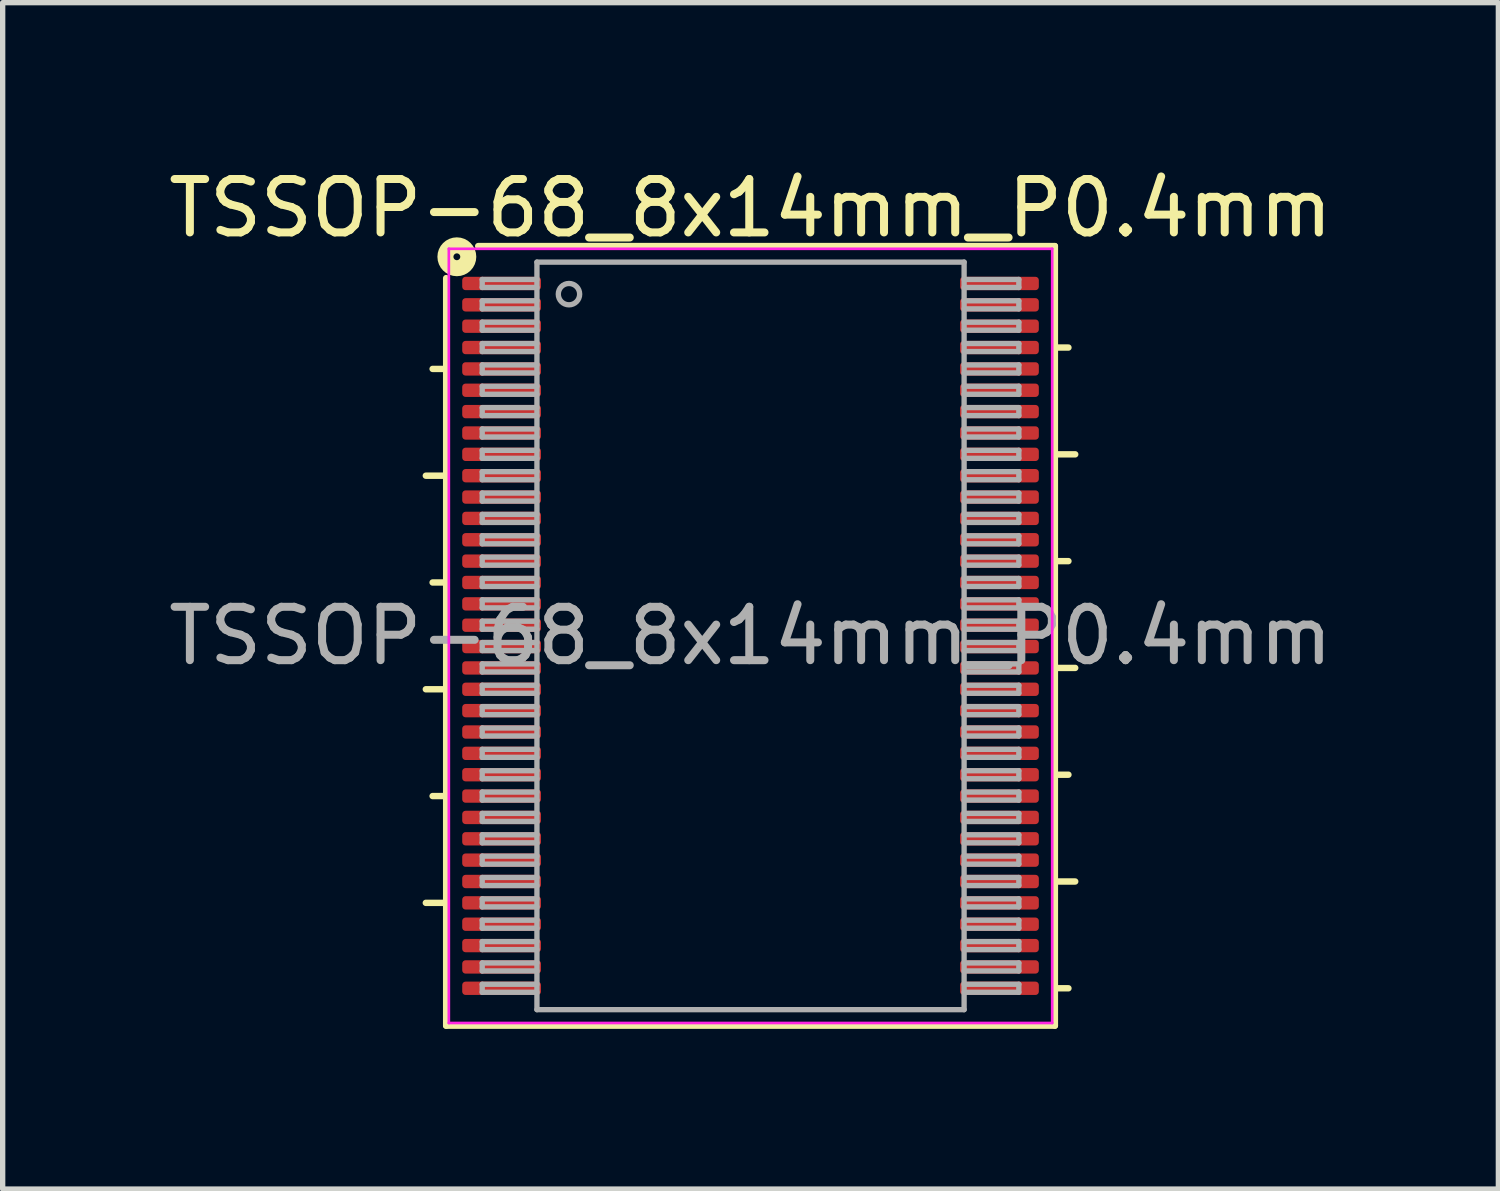
<source format=kicad_pcb>
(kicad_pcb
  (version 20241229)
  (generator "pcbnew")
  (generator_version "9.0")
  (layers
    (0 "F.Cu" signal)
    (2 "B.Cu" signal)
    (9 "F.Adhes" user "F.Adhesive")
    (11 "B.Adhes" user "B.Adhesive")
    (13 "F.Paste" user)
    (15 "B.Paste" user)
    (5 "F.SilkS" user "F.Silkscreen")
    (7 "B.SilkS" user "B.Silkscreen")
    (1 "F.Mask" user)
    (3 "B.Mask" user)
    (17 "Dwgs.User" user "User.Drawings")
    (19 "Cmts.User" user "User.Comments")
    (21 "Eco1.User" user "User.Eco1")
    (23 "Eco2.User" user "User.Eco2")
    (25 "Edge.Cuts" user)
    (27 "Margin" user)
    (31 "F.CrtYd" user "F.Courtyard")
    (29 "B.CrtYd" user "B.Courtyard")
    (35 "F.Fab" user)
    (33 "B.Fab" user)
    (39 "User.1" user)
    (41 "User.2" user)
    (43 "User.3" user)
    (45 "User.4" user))
  (footprint "TSSOP-68_8x14mm_P0.4mm"
    (layer "F.Cu")
    (at 11.006 8.859)
    (property "Reference" "TSSOP-68_8x14mm_P0.4mm" (at 0 -8.011 0) (layer "F.SilkS") (effects (font (size 1 1) (thickness 0.15))))
    (attr smd)
    (fp_line (start -6.081 -3) (end -5.7 -3) (stroke (width 0.12) (type solid)) (layer "F.SilkS"))
    (fp_line (start -6.081 1) (end -5.7 1) (stroke (width 0.12) (type solid)) (layer "F.SilkS"))
    (fp_line (start -5.954 -5) (end -5.7 -5) (stroke (width 0.12) (type solid)) (layer "F.SilkS"))
    (fp_line (start -5.954 -1) (end -5.7 -1) (stroke (width 0.12) (type solid)) (layer "F.SilkS"))
    (fp_line (start -5.7 -6.7) (end -5.7 7.3) (stroke (width 0.12) (type solid)) (layer "F.SilkS"))
    (fp_line (start -5.7 3) (end -5.954 3) (stroke (width 0.12) (type solid)) (layer "F.SilkS"))
    (fp_line (start -5.7 5) (end -6.081 5) (stroke (width 0.12) (type solid)) (layer "F.SilkS"))
    (fp_line (start -5.7 7.3) (end 5.7 7.3) (stroke (width 0.12) (type solid)) (layer "F.SilkS"))
    (fp_line (start 5.7 -7.3) (end -5.1 -7.3) (stroke (width 0.12) (type solid)) (layer "F.SilkS"))
    (fp_line (start 5.7 7.3) (end 5.7 -7.3) (stroke (width 0.12) (type solid)) (layer "F.SilkS"))
    (fp_line (start 5.954 -5.4) (end 5.7 -5.4) (stroke (width 0.12) (type solid)) (layer "F.SilkS"))
    (fp_line (start 5.954 -1.4) (end 5.7 -1.4) (stroke (width 0.12) (type solid)) (layer "F.SilkS"))
    (fp_line (start 5.954 2.6) (end 5.7 2.6) (stroke (width 0.12) (type solid)) (layer "F.SilkS"))
    (fp_line (start 5.954 6.6) (end 5.7 6.6) (stroke (width 0.12) (type solid)) (layer "F.SilkS"))
    (fp_line (start 6.081 -3.4) (end 5.7 -3.4) (stroke (width 0.12) (type solid)) (layer "F.SilkS"))
    (fp_line (start 6.081 0.6) (end 5.7 0.6) (stroke (width 0.12) (type solid)) (layer "F.SilkS"))
    (fp_line (start 6.081 4.6) (end 5.7 4.6) (stroke (width 0.12) (type solid)) (layer "F.SilkS"))
    (fp_circle (center -5.5 -7.1) (end -5.436 -7.1) (stroke (width 0.3) (type solid)) (fill no) (layer "F.SilkS"))
    (fp_line (start -5.65 -7.25) (end -5.65 7.25) (stroke (width 0.05) (type solid)) (layer "F.CrtYd"))
    (fp_line (start -5.65 7.25) (end 5.65 7.25) (stroke (width 0.05) (type solid)) (layer "F.CrtYd"))
    (fp_line (start 5.65 -7.25) (end -5.65 -7.25) (stroke (width 0.05) (type solid)) (layer "F.CrtYd"))
    (fp_line (start 5.65 7.25) (end 5.65 -7.25) (stroke (width 0.05) (type solid)) (layer "F.CrtYd"))
    (fp_line (start -5.025 -6.675) (end -5.025 -6.525) (stroke (width 0.1) (type solid)) (layer "F.Fab"))
    (fp_line (start -5.025 -6.675) (end -4 -6.675) (stroke (width 0.1) (type solid)) (layer "F.Fab"))
    (fp_line (start -5.025 -6.525) (end -4 -6.525) (stroke (width 0.1) (type solid)) (layer "F.Fab"))
    (fp_line (start -5.025 -6.275) (end -5.025 -6.125) (stroke (width 0.1) (type solid)) (layer "F.Fab"))
    (fp_line (start -5.025 -6.275) (end -4 -6.275) (stroke (width 0.1) (type solid)) (layer "F.Fab"))
    (fp_line (start -5.025 -6.125) (end -4 -6.125) (stroke (width 0.1) (type solid)) (layer "F.Fab"))
    (fp_line (start -5.025 -5.875) (end -5.025 -5.725) (stroke (width 0.1) (type solid)) (layer "F.Fab"))
    (fp_line (start -5.025 -5.875) (end -4 -5.875) (stroke (width 0.1) (type solid)) (layer "F.Fab"))
    (fp_line (start -5.025 -5.725) (end -4 -5.725) (stroke (width 0.1) (type solid)) (layer "F.Fab"))
    (fp_line (start -5.025 -5.475) (end -5.025 -5.325) (stroke (width 0.1) (type solid)) (layer "F.Fab"))
    (fp_line (start -5.025 -5.475) (end -4 -5.475) (stroke (width 0.1) (type solid)) (layer "F.Fab"))
    (fp_line (start -5.025 -5.325) (end -4 -5.325) (stroke (width 0.1) (type solid)) (layer "F.Fab"))
    (fp_line (start -5.025 -5.075) (end -5.025 -4.925) (stroke (width 0.1) (type solid)) (layer "F.Fab"))
    (fp_line (start -5.025 -5.075) (end -4 -5.075) (stroke (width 0.1) (type solid)) (layer "F.Fab"))
    (fp_line (start -5.025 -4.925) (end -4 -4.925) (stroke (width 0.1) (type solid)) (layer "F.Fab"))
    (fp_line (start -5.025 -4.675) (end -5.025 -4.525) (stroke (width 0.1) (type solid)) (layer "F.Fab"))
    (fp_line (start -5.025 -4.675) (end -4 -4.675) (stroke (width 0.1) (type solid)) (layer "F.Fab"))
    (fp_line (start -5.025 -4.525) (end -4 -4.525) (stroke (width 0.1) (type solid)) (layer "F.Fab"))
    (fp_line (start -5.025 -4.275) (end -5.025 -4.125) (stroke (width 0.1) (type solid)) (layer "F.Fab"))
    (fp_line (start -5.025 -4.275) (end -4 -4.275) (stroke (width 0.1) (type solid)) (layer "F.Fab"))
    (fp_line (start -5.025 -4.125) (end -4 -4.125) (stroke (width 0.1) (type solid)) (layer "F.Fab"))
    (fp_line (start -5.025 -3.875) (end -5.025 -3.725) (stroke (width 0.1) (type solid)) (layer "F.Fab"))
    (fp_line (start -5.025 -3.875) (end -4 -3.875) (stroke (width 0.1) (type solid)) (layer "F.Fab"))
    (fp_line (start -5.025 -3.725) (end -4 -3.725) (stroke (width 0.1) (type solid)) (layer "F.Fab"))
    (fp_line (start -5.025 -3.475) (end -5.025 -3.325) (stroke (width 0.1) (type solid)) (layer "F.Fab"))
    (fp_line (start -5.025 -3.475) (end -4 -3.475) (stroke (width 0.1) (type solid)) (layer "F.Fab"))
    (fp_line (start -5.025 -3.325) (end -4 -3.325) (stroke (width 0.1) (type solid)) (layer "F.Fab"))
    (fp_line (start -5.025 -3.075) (end -5.025 -2.925) (stroke (width 0.1) (type solid)) (layer "F.Fab"))
    (fp_line (start -5.025 -3.075) (end -4 -3.075) (stroke (width 0.1) (type solid)) (layer "F.Fab"))
    (fp_line (start -5.025 -2.925) (end -4 -2.925) (stroke (width 0.1) (type solid)) (layer "F.Fab"))
    (fp_line (start -5.025 -2.675) (end -5.025 -2.525) (stroke (width 0.1) (type solid)) (layer "F.Fab"))
    (fp_line (start -5.025 -2.675) (end -4 -2.675) (stroke (width 0.1) (type solid)) (layer "F.Fab"))
    (fp_line (start -5.025 -2.525) (end -4 -2.525) (stroke (width 0.1) (type solid)) (layer "F.Fab"))
    (fp_line (start -5.025 -2.275) (end -5.025 -2.125) (stroke (width 0.1) (type solid)) (layer "F.Fab"))
    (fp_line (start -5.025 -2.275) (end -4 -2.275) (stroke (width 0.1) (type solid)) (layer "F.Fab"))
    (fp_line (start -5.025 -2.125) (end -4 -2.125) (stroke (width 0.1) (type solid)) (layer "F.Fab"))
    (fp_line (start -5.025 -1.875) (end -5.025 -1.725) (stroke (width 0.1) (type solid)) (layer "F.Fab"))
    (fp_line (start -5.025 -1.875) (end -4 -1.875) (stroke (width 0.1) (type solid)) (layer "F.Fab"))
    (fp_line (start -5.025 -1.725) (end -4 -1.725) (stroke (width 0.1) (type solid)) (layer "F.Fab"))
    (fp_line (start -5.025 -1.475) (end -5.025 -1.325) (stroke (width 0.1) (type solid)) (layer "F.Fab"))
    (fp_line (start -5.025 -1.475) (end -4 -1.475) (stroke (width 0.1) (type solid)) (layer "F.Fab"))
    (fp_line (start -5.025 -1.325) (end -4 -1.325) (stroke (width 0.1) (type solid)) (layer "F.Fab"))
    (fp_line (start -5.025 -1.075) (end -5.025 -0.925) (stroke (width 0.1) (type solid)) (layer "F.Fab"))
    (fp_line (start -5.025 -1.075) (end -4 -1.075) (stroke (width 0.1) (type solid)) (layer "F.Fab"))
    (fp_line (start -5.025 -0.925) (end -4 -0.925) (stroke (width 0.1) (type solid)) (layer "F.Fab"))
    (fp_line (start -5.025 -0.675) (end -5.025 -0.525) (stroke (width 0.1) (type solid)) (layer "F.Fab"))
    (fp_line (start -5.025 -0.675) (end -4 -0.675) (stroke (width 0.1) (type solid)) (layer "F.Fab"))
    (fp_line (start -5.025 -0.525) (end -4 -0.525) (stroke (width 0.1) (type solid)) (layer "F.Fab"))
    (fp_line (start -5.025 -0.275) (end -5.025 -0.125) (stroke (width 0.1) (type solid)) (layer "F.Fab"))
    (fp_line (start -5.025 -0.275) (end -4 -0.275) (stroke (width 0.1) (type solid)) (layer "F.Fab"))
    (fp_line (start -5.025 -0.125) (end -4 -0.125) (stroke (width 0.1) (type solid)) (layer "F.Fab"))
    (fp_line (start -5.025 0.125) (end -5.025 0.275) (stroke (width 0.1) (type solid)) (layer "F.Fab"))
    (fp_line (start -5.025 0.125) (end -4 0.125) (stroke (width 0.1) (type solid)) (layer "F.Fab"))
    (fp_line (start -5.025 0.275) (end -4 0.275) (stroke (width 0.1) (type solid)) (layer "F.Fab"))
    (fp_line (start -5.025 0.525) (end -5.025 0.675) (stroke (width 0.1) (type solid)) (layer "F.Fab"))
    (fp_line (start -5.025 0.525) (end -4 0.525) (stroke (width 0.1) (type solid)) (layer "F.Fab"))
    (fp_line (start -5.025 0.675) (end -4 0.675) (stroke (width 0.1) (type solid)) (layer "F.Fab"))
    (fp_line (start -5.025 0.925) (end -5.025 1.075) (stroke (width 0.1) (type solid)) (layer "F.Fab"))
    (fp_line (start -5.025 0.925) (end -4 0.925) (stroke (width 0.1) (type solid)) (layer "F.Fab"))
    (fp_line (start -5.025 1.075) (end -4 1.075) (stroke (width 0.1) (type solid)) (layer "F.Fab"))
    (fp_line (start -5.025 1.325) (end -5.025 1.475) (stroke (width 0.1) (type solid)) (layer "F.Fab"))
    (fp_line (start -5.025 1.325) (end -4 1.325) (stroke (width 0.1) (type solid)) (layer "F.Fab"))
    (fp_line (start -5.025 1.475) (end -4 1.475) (stroke (width 0.1) (type solid)) (layer "F.Fab"))
    (fp_line (start -5.025 1.725) (end -5.025 1.875) (stroke (width 0.1) (type solid)) (layer "F.Fab"))
    (fp_line (start -5.025 1.725) (end -4 1.725) (stroke (width 0.1) (type solid)) (layer "F.Fab"))
    (fp_line (start -5.025 1.875) (end -4 1.875) (stroke (width 0.1) (type solid)) (layer "F.Fab"))
    (fp_line (start -5.025 2.125) (end -5.025 2.275) (stroke (width 0.1) (type solid)) (layer "F.Fab"))
    (fp_line (start -5.025 2.125) (end -4 2.125) (stroke (width 0.1) (type solid)) (layer "F.Fab"))
    (fp_line (start -5.025 2.275) (end -4 2.275) (stroke (width 0.1) (type solid)) (layer "F.Fab"))
    (fp_line (start -5.025 2.525) (end -5.025 2.675) (stroke (width 0.1) (type solid)) (layer "F.Fab"))
    (fp_line (start -5.025 2.525) (end -4 2.525) (stroke (width 0.1) (type solid)) (layer "F.Fab"))
    (fp_line (start -5.025 2.675) (end -4 2.675) (stroke (width 0.1) (type solid)) (layer "F.Fab"))
    (fp_line (start -5.025 2.925) (end -5.025 3.075) (stroke (width 0.1) (type solid)) (layer "F.Fab"))
    (fp_line (start -5.025 2.925) (end -4 2.925) (stroke (width 0.1) (type solid)) (layer "F.Fab"))
    (fp_line (start -5.025 3.075) (end -4 3.075) (stroke (width 0.1) (type solid)) (layer "F.Fab"))
    (fp_line (start -5.025 3.325) (end -5.025 3.475) (stroke (width 0.1) (type solid)) (layer "F.Fab"))
    (fp_line (start -5.025 3.325) (end -4 3.325) (stroke (width 0.1) (type solid)) (layer "F.Fab"))
    (fp_line (start -5.025 3.475) (end -4 3.475) (stroke (width 0.1) (type solid)) (layer "F.Fab"))
    (fp_line (start -5.025 3.725) (end -5.025 3.875) (stroke (width 0.1) (type solid)) (layer "F.Fab"))
    (fp_line (start -5.025 3.725) (end -4 3.725) (stroke (width 0.1) (type solid)) (layer "F.Fab"))
    (fp_line (start -5.025 3.875) (end -4 3.875) (stroke (width 0.1) (type solid)) (layer "F.Fab"))
    (fp_line (start -5.025 4.125) (end -5.025 4.275) (stroke (width 0.1) (type solid)) (layer "F.Fab"))
    (fp_line (start -5.025 4.125) (end -4 4.125) (stroke (width 0.1) (type solid)) (layer "F.Fab"))
    (fp_line (start -5.025 4.275) (end -4 4.275) (stroke (width 0.1) (type solid)) (layer "F.Fab"))
    (fp_line (start -5.025 4.525) (end -5.025 4.675) (stroke (width 0.1) (type solid)) (layer "F.Fab"))
    (fp_line (start -5.025 4.525) (end -4 4.525) (stroke (width 0.1) (type solid)) (layer "F.Fab"))
    (fp_line (start -5.025 4.675) (end -4 4.675) (stroke (width 0.1) (type solid)) (layer "F.Fab"))
    (fp_line (start -5.025 4.925) (end -5.025 5.075) (stroke (width 0.1) (type solid)) (layer "F.Fab"))
    (fp_line (start -5.025 4.925) (end -4 4.925) (stroke (width 0.1) (type solid)) (layer "F.Fab"))
    (fp_line (start -5.025 5.075) (end -4 5.075) (stroke (width 0.1) (type solid)) (layer "F.Fab"))
    (fp_line (start -5.025 5.325) (end -5.025 5.475) (stroke (width 0.1) (type solid)) (layer "F.Fab"))
    (fp_line (start -5.025 5.325) (end -4 5.325) (stroke (width 0.1) (type solid)) (layer "F.Fab"))
    (fp_line (start -5.025 5.475) (end -4 5.475) (stroke (width 0.1) (type solid)) (layer "F.Fab"))
    (fp_line (start -5.025 5.725) (end -5.025 5.875) (stroke (width 0.1) (type solid)) (layer "F.Fab"))
    (fp_line (start -5.025 5.725) (end -4 5.725) (stroke (width 0.1) (type solid)) (layer "F.Fab"))
    (fp_line (start -5.025 5.875) (end -4 5.875) (stroke (width 0.1) (type solid)) (layer "F.Fab"))
    (fp_line (start -5.025 6.125) (end -5.025 6.275) (stroke (width 0.1) (type solid)) (layer "F.Fab"))
    (fp_line (start -5.025 6.125) (end -4 6.125) (stroke (width 0.1) (type solid)) (layer "F.Fab"))
    (fp_line (start -5.025 6.275) (end -4 6.275) (stroke (width 0.1) (type solid)) (layer "F.Fab"))
    (fp_line (start -5.025 6.525) (end -5.025 6.675) (stroke (width 0.1) (type solid)) (layer "F.Fab"))
    (fp_line (start -5.025 6.525) (end -4 6.525) (stroke (width 0.1) (type solid)) (layer "F.Fab"))
    (fp_line (start -5.025 6.675) (end -4 6.675) (stroke (width 0.1) (type solid)) (layer "F.Fab"))
    (fp_line (start -4 -7) (end 4 -7) (stroke (width 0.1) (type solid)) (layer "F.Fab"))
    (fp_line (start -4 7) (end -4 -7) (stroke (width 0.1) (type solid)) (layer "F.Fab"))
    (fp_line (start 4 -7) (end 4 7) (stroke (width 0.1) (type solid)) (layer "F.Fab"))
    (fp_line (start 4 7) (end -4 7) (stroke (width 0.1) (type solid)) (layer "F.Fab"))
    (fp_line (start 5.025 -6.675) (end 4 -6.675) (stroke (width 0.1) (type solid)) (layer "F.Fab"))
    (fp_line (start 5.025 -6.525) (end 4 -6.525) (stroke (width 0.1) (type solid)) (layer "F.Fab"))
    (fp_line (start 5.025 -6.525) (end 5.025 -6.675) (stroke (width 0.1) (type solid)) (layer "F.Fab"))
    (fp_line (start 5.025 -6.275) (end 4 -6.275) (stroke (width 0.1) (type solid)) (layer "F.Fab"))
    (fp_line (start 5.025 -6.125) (end 4 -6.125) (stroke (width 0.1) (type solid)) (layer "F.Fab"))
    (fp_line (start 5.025 -6.125) (end 5.025 -6.275) (stroke (width 0.1) (type solid)) (layer "F.Fab"))
    (fp_line (start 5.025 -5.875) (end 4 -5.875) (stroke (width 0.1) (type solid)) (layer "F.Fab"))
    (fp_line (start 5.025 -5.725) (end 4 -5.725) (stroke (width 0.1) (type solid)) (layer "F.Fab"))
    (fp_line (start 5.025 -5.725) (end 5.025 -5.875) (stroke (width 0.1) (type solid)) (layer "F.Fab"))
    (fp_line (start 5.025 -5.475) (end 4 -5.475) (stroke (width 0.1) (type solid)) (layer "F.Fab"))
    (fp_line (start 5.025 -5.325) (end 4 -5.325) (stroke (width 0.1) (type solid)) (layer "F.Fab"))
    (fp_line (start 5.025 -5.325) (end 5.025 -5.475) (stroke (width 0.1) (type solid)) (layer "F.Fab"))
    (fp_line (start 5.025 -5.075) (end 4 -5.075) (stroke (width 0.1) (type solid)) (layer "F.Fab"))
    (fp_line (start 5.025 -4.925) (end 4 -4.925) (stroke (width 0.1) (type solid)) (layer "F.Fab"))
    (fp_line (start 5.025 -4.925) (end 5.025 -5.075) (stroke (width 0.1) (type solid)) (layer "F.Fab"))
    (fp_line (start 5.025 -4.675) (end 4 -4.675) (stroke (width 0.1) (type solid)) (layer "F.Fab"))
    (fp_line (start 5.025 -4.525) (end 4 -4.525) (stroke (width 0.1) (type solid)) (layer "F.Fab"))
    (fp_line (start 5.025 -4.525) (end 5.025 -4.675) (stroke (width 0.1) (type solid)) (layer "F.Fab"))
    (fp_line (start 5.025 -4.275) (end 4 -4.275) (stroke (width 0.1) (type solid)) (layer "F.Fab"))
    (fp_line (start 5.025 -4.125) (end 4 -4.125) (stroke (width 0.1) (type solid)) (layer "F.Fab"))
    (fp_line (start 5.025 -4.125) (end 5.025 -4.275) (stroke (width 0.1) (type solid)) (layer "F.Fab"))
    (fp_line (start 5.025 -3.875) (end 4 -3.875) (stroke (width 0.1) (type solid)) (layer "F.Fab"))
    (fp_line (start 5.025 -3.725) (end 4 -3.725) (stroke (width 0.1) (type solid)) (layer "F.Fab"))
    (fp_line (start 5.025 -3.725) (end 5.025 -3.875) (stroke (width 0.1) (type solid)) (layer "F.Fab"))
    (fp_line (start 5.025 -3.475) (end 4 -3.475) (stroke (width 0.1) (type solid)) (layer "F.Fab"))
    (fp_line (start 5.025 -3.325) (end 4 -3.325) (stroke (width 0.1) (type solid)) (layer "F.Fab"))
    (fp_line (start 5.025 -3.325) (end 5.025 -3.475) (stroke (width 0.1) (type solid)) (layer "F.Fab"))
    (fp_line (start 5.025 -3.075) (end 4 -3.075) (stroke (width 0.1) (type solid)) (layer "F.Fab"))
    (fp_line (start 5.025 -2.925) (end 4 -2.925) (stroke (width 0.1) (type solid)) (layer "F.Fab"))
    (fp_line (start 5.025 -2.925) (end 5.025 -3.075) (stroke (width 0.1) (type solid)) (layer "F.Fab"))
    (fp_line (start 5.025 -2.675) (end 4 -2.675) (stroke (width 0.1) (type solid)) (layer "F.Fab"))
    (fp_line (start 5.025 -2.525) (end 4 -2.525) (stroke (width 0.1) (type solid)) (layer "F.Fab"))
    (fp_line (start 5.025 -2.525) (end 5.025 -2.675) (stroke (width 0.1) (type solid)) (layer "F.Fab"))
    (fp_line (start 5.025 -2.275) (end 4 -2.275) (stroke (width 0.1) (type solid)) (layer "F.Fab"))
    (fp_line (start 5.025 -2.125) (end 4 -2.125) (stroke (width 0.1) (type solid)) (layer "F.Fab"))
    (fp_line (start 5.025 -2.125) (end 5.025 -2.275) (stroke (width 0.1) (type solid)) (layer "F.Fab"))
    (fp_line (start 5.025 -1.875) (end 4 -1.875) (stroke (width 0.1) (type solid)) (layer "F.Fab"))
    (fp_line (start 5.025 -1.725) (end 4 -1.725) (stroke (width 0.1) (type solid)) (layer "F.Fab"))
    (fp_line (start 5.025 -1.725) (end 5.025 -1.875) (stroke (width 0.1) (type solid)) (layer "F.Fab"))
    (fp_line (start 5.025 -1.475) (end 4 -1.475) (stroke (width 0.1) (type solid)) (layer "F.Fab"))
    (fp_line (start 5.025 -1.325) (end 4 -1.325) (stroke (width 0.1) (type solid)) (layer "F.Fab"))
    (fp_line (start 5.025 -1.325) (end 5.025 -1.475) (stroke (width 0.1) (type solid)) (layer "F.Fab"))
    (fp_line (start 5.025 -1.075) (end 4 -1.075) (stroke (width 0.1) (type solid)) (layer "F.Fab"))
    (fp_line (start 5.025 -0.925) (end 4 -0.925) (stroke (width 0.1) (type solid)) (layer "F.Fab"))
    (fp_line (start 5.025 -0.925) (end 5.025 -1.075) (stroke (width 0.1) (type solid)) (layer "F.Fab"))
    (fp_line (start 5.025 -0.675) (end 4 -0.675) (stroke (width 0.1) (type solid)) (layer "F.Fab"))
    (fp_line (start 5.025 -0.525) (end 4 -0.525) (stroke (width 0.1) (type solid)) (layer "F.Fab"))
    (fp_line (start 5.025 -0.525) (end 5.025 -0.675) (stroke (width 0.1) (type solid)) (layer "F.Fab"))
    (fp_line (start 5.025 -0.275) (end 4 -0.275) (stroke (width 0.1) (type solid)) (layer "F.Fab"))
    (fp_line (start 5.025 -0.125) (end 4 -0.125) (stroke (width 0.1) (type solid)) (layer "F.Fab"))
    (fp_line (start 5.025 -0.125) (end 5.025 -0.275) (stroke (width 0.1) (type solid)) (layer "F.Fab"))
    (fp_line (start 5.025 0.125) (end 4 0.125) (stroke (width 0.1) (type solid)) (layer "F.Fab"))
    (fp_line (start 5.025 0.275) (end 4 0.275) (stroke (width 0.1) (type solid)) (layer "F.Fab"))
    (fp_line (start 5.025 0.275) (end 5.025 0.125) (stroke (width 0.1) (type solid)) (layer "F.Fab"))
    (fp_line (start 5.025 0.525) (end 4 0.525) (stroke (width 0.1) (type solid)) (layer "F.Fab"))
    (fp_line (start 5.025 0.675) (end 4 0.675) (stroke (width 0.1) (type solid)) (layer "F.Fab"))
    (fp_line (start 5.025 0.675) (end 5.025 0.525) (stroke (width 0.1) (type solid)) (layer "F.Fab"))
    (fp_line (start 5.025 0.925) (end 4 0.925) (stroke (width 0.1) (type solid)) (layer "F.Fab"))
    (fp_line (start 5.025 1.075) (end 4 1.075) (stroke (width 0.1) (type solid)) (layer "F.Fab"))
    (fp_line (start 5.025 1.075) (end 5.025 0.925) (stroke (width 0.1) (type solid)) (layer "F.Fab"))
    (fp_line (start 5.025 1.325) (end 4 1.325) (stroke (width 0.1) (type solid)) (layer "F.Fab"))
    (fp_line (start 5.025 1.475) (end 4 1.475) (stroke (width 0.1) (type solid)) (layer "F.Fab"))
    (fp_line (start 5.025 1.475) (end 5.025 1.325) (stroke (width 0.1) (type solid)) (layer "F.Fab"))
    (fp_line (start 5.025 1.725) (end 4 1.725) (stroke (width 0.1) (type solid)) (layer "F.Fab"))
    (fp_line (start 5.025 1.875) (end 4 1.875) (stroke (width 0.1) (type solid)) (layer "F.Fab"))
    (fp_line (start 5.025 1.875) (end 5.025 1.725) (stroke (width 0.1) (type solid)) (layer "F.Fab"))
    (fp_line (start 5.025 2.125) (end 4 2.125) (stroke (width 0.1) (type solid)) (layer "F.Fab"))
    (fp_line (start 5.025 2.275) (end 4 2.275) (stroke (width 0.1) (type solid)) (layer "F.Fab"))
    (fp_line (start 5.025 2.275) (end 5.025 2.125) (stroke (width 0.1) (type solid)) (layer "F.Fab"))
    (fp_line (start 5.025 2.525) (end 4 2.525) (stroke (width 0.1) (type solid)) (layer "F.Fab"))
    (fp_line (start 5.025 2.675) (end 4 2.675) (stroke (width 0.1) (type solid)) (layer "F.Fab"))
    (fp_line (start 5.025 2.675) (end 5.025 2.525) (stroke (width 0.1) (type solid)) (layer "F.Fab"))
    (fp_line (start 5.025 2.925) (end 4 2.925) (stroke (width 0.1) (type solid)) (layer "F.Fab"))
    (fp_line (start 5.025 3.075) (end 4 3.075) (stroke (width 0.1) (type solid)) (layer "F.Fab"))
    (fp_line (start 5.025 3.075) (end 5.025 2.925) (stroke (width 0.1) (type solid)) (layer "F.Fab"))
    (fp_line (start 5.025 3.325) (end 4 3.325) (stroke (width 0.1) (type solid)) (layer "F.Fab"))
    (fp_line (start 5.025 3.475) (end 4 3.475) (stroke (width 0.1) (type solid)) (layer "F.Fab"))
    (fp_line (start 5.025 3.475) (end 5.025 3.325) (stroke (width 0.1) (type solid)) (layer "F.Fab"))
    (fp_line (start 5.025 3.725) (end 4 3.725) (stroke (width 0.1) (type solid)) (layer "F.Fab"))
    (fp_line (start 5.025 3.875) (end 4 3.875) (stroke (width 0.1) (type solid)) (layer "F.Fab"))
    (fp_line (start 5.025 3.875) (end 5.025 3.725) (stroke (width 0.1) (type solid)) (layer "F.Fab"))
    (fp_line (start 5.025 4.125) (end 4 4.125) (stroke (width 0.1) (type solid)) (layer "F.Fab"))
    (fp_line (start 5.025 4.275) (end 4 4.275) (stroke (width 0.1) (type solid)) (layer "F.Fab"))
    (fp_line (start 5.025 4.275) (end 5.025 4.125) (stroke (width 0.1) (type solid)) (layer "F.Fab"))
    (fp_line (start 5.025 4.525) (end 4 4.525) (stroke (width 0.1) (type solid)) (layer "F.Fab"))
    (fp_line (start 5.025 4.675) (end 4 4.675) (stroke (width 0.1) (type solid)) (layer "F.Fab"))
    (fp_line (start 5.025 4.675) (end 5.025 4.525) (stroke (width 0.1) (type solid)) (layer "F.Fab"))
    (fp_line (start 5.025 4.925) (end 4 4.925) (stroke (width 0.1) (type solid)) (layer "F.Fab"))
    (fp_line (start 5.025 5.075) (end 4 5.075) (stroke (width 0.1) (type solid)) (layer "F.Fab"))
    (fp_line (start 5.025 5.075) (end 5.025 4.925) (stroke (width 0.1) (type solid)) (layer "F.Fab"))
    (fp_line (start 5.025 5.325) (end 4 5.325) (stroke (width 0.1) (type solid)) (layer "F.Fab"))
    (fp_line (start 5.025 5.475) (end 4 5.475) (stroke (width 0.1) (type solid)) (layer "F.Fab"))
    (fp_line (start 5.025 5.475) (end 5.025 5.325) (stroke (width 0.1) (type solid)) (layer "F.Fab"))
    (fp_line (start 5.025 5.725) (end 4 5.725) (stroke (width 0.1) (type solid)) (layer "F.Fab"))
    (fp_line (start 5.025 5.875) (end 4 5.875) (stroke (width 0.1) (type solid)) (layer "F.Fab"))
    (fp_line (start 5.025 5.875) (end 5.025 5.725) (stroke (width 0.1) (type solid)) (layer "F.Fab"))
    (fp_line (start 5.025 6.125) (end 4 6.125) (stroke (width 0.1) (type solid)) (layer "F.Fab"))
    (fp_line (start 5.025 6.275) (end 4 6.275) (stroke (width 0.1) (type solid)) (layer "F.Fab"))
    (fp_line (start 5.025 6.275) (end 5.025 6.125) (stroke (width 0.1) (type solid)) (layer "F.Fab"))
    (fp_line (start 5.025 6.525) (end 4 6.525) (stroke (width 0.1) (type solid)) (layer "F.Fab"))
    (fp_line (start 5.025 6.675) (end 4 6.675) (stroke (width 0.1) (type solid)) (layer "F.Fab"))
    (fp_line (start 5.025 6.675) (end 5.025 6.525) (stroke (width 0.1) (type solid)) (layer "F.Fab"))
    (fp_circle (center -3.4 -6.4) (end -3.2 -6.4) (stroke (width 0.1) (type solid)) (fill no) (layer "F.Fab"))
    (fp_text user "${REFERENCE}" (at 0 0 0) (layer "F.Fab") (effects (font (size 1 1) (thickness 0.15))))
    (pad "1" smd roundrect (at -4.662 -6.6) (size 1.475 0.25) (layers "F.Cu" "F.Mask" "F.Paste") (roundrect_rratio 0.25))
    (pad "2" smd roundrect (at -4.662 -6.2) (size 1.475 0.25) (layers "F.Cu" "F.Mask" "F.Paste") (roundrect_rratio 0.25))
    (pad "3" smd roundrect (at -4.662 -5.8) (size 1.475 0.25) (layers "F.Cu" "F.Mask" "F.Paste") (roundrect_rratio 0.25))
    (pad "4" smd roundrect (at -4.662 -5.4) (size 1.475 0.25) (layers "F.Cu" "F.Mask" "F.Paste") (roundrect_rratio 0.25))
    (pad "5" smd roundrect (at -4.662 -5) (size 1.475 0.25) (layers "F.Cu" "F.Mask" "F.Paste") (roundrect_rratio 0.25))
    (pad "6" smd roundrect (at -4.662 -4.6) (size 1.475 0.25) (layers "F.Cu" "F.Mask" "F.Paste") (roundrect_rratio 0.25))
    (pad "7" smd roundrect (at -4.662 -4.2) (size 1.475 0.25) (layers "F.Cu" "F.Mask" "F.Paste") (roundrect_rratio 0.25))
    (pad "8" smd roundrect (at -4.662 -3.8) (size 1.475 0.25) (layers "F.Cu" "F.Mask" "F.Paste") (roundrect_rratio 0.25))
    (pad "9" smd roundrect (at -4.662 -3.4) (size 1.475 0.25) (layers "F.Cu" "F.Mask" "F.Paste") (roundrect_rratio 0.25))
    (pad "10" smd roundrect (at -4.662 -3) (size 1.475 0.25) (layers "F.Cu" "F.Mask" "F.Paste") (roundrect_rratio 0.25))
    (pad "11" smd roundrect (at -4.662 -2.6) (size 1.475 0.25) (layers "F.Cu" "F.Mask" "F.Paste") (roundrect_rratio 0.25))
    (pad "12" smd roundrect (at -4.662 -2.2) (size 1.475 0.25) (layers "F.Cu" "F.Mask" "F.Paste") (roundrect_rratio 0.25))
    (pad "13" smd roundrect (at -4.662 -1.8) (size 1.475 0.25) (layers "F.Cu" "F.Mask" "F.Paste") (roundrect_rratio 0.25))
    (pad "14" smd roundrect (at -4.662 -1.4) (size 1.475 0.25) (layers "F.Cu" "F.Mask" "F.Paste") (roundrect_rratio 0.25))
    (pad "15" smd roundrect (at -4.662 -1) (size 1.475 0.25) (layers "F.Cu" "F.Mask" "F.Paste") (roundrect_rratio 0.25))
    (pad "16" smd roundrect (at -4.662 -0.6) (size 1.475 0.25) (layers "F.Cu" "F.Mask" "F.Paste") (roundrect_rratio 0.25))
    (pad "17" smd roundrect (at -4.662 -0.2) (size 1.475 0.25) (layers "F.Cu" "F.Mask" "F.Paste") (roundrect_rratio 0.25))
    (pad "18" smd roundrect (at -4.662 0.2) (size 1.475 0.25) (layers "F.Cu" "F.Mask" "F.Paste") (roundrect_rratio 0.25))
    (pad "19" smd roundrect (at -4.662 0.6) (size 1.475 0.25) (layers "F.Cu" "F.Mask" "F.Paste") (roundrect_rratio 0.25))
    (pad "20" smd roundrect (at -4.662 1) (size 1.475 0.25) (layers "F.Cu" "F.Mask" "F.Paste") (roundrect_rratio 0.25))
    (pad "21" smd roundrect (at -4.662 1.4) (size 1.475 0.25) (layers "F.Cu" "F.Mask" "F.Paste") (roundrect_rratio 0.25))
    (pad "22" smd roundrect (at -4.662 1.8) (size 1.475 0.25) (layers "F.Cu" "F.Mask" "F.Paste") (roundrect_rratio 0.25))
    (pad "23" smd roundrect (at -4.662 2.2) (size 1.475 0.25) (layers "F.Cu" "F.Mask" "F.Paste") (roundrect_rratio 0.25))
    (pad "24" smd roundrect (at -4.662 2.6) (size 1.475 0.25) (layers "F.Cu" "F.Mask" "F.Paste") (roundrect_rratio 0.25))
    (pad "25" smd roundrect (at -4.662 3) (size 1.475 0.25) (layers "F.Cu" "F.Mask" "F.Paste") (roundrect_rratio 0.25))
    (pad "26" smd roundrect (at -4.662 3.4) (size 1.475 0.25) (layers "F.Cu" "F.Mask" "F.Paste") (roundrect_rratio 0.25))
    (pad "27" smd roundrect (at -4.662 3.8) (size 1.475 0.25) (layers "F.Cu" "F.Mask" "F.Paste") (roundrect_rratio 0.25))
    (pad "28" smd roundrect (at -4.662 4.2) (size 1.475 0.25) (layers "F.Cu" "F.Mask" "F.Paste") (roundrect_rratio 0.25))
    (pad "29" smd roundrect (at -4.662 4.6) (size 1.475 0.25) (layers "F.Cu" "F.Mask" "F.Paste") (roundrect_rratio 0.25))
    (pad "30" smd roundrect (at -4.662 5) (size 1.475 0.25) (layers "F.Cu" "F.Mask" "F.Paste") (roundrect_rratio 0.25))
    (pad "31" smd roundrect (at -4.662 5.4) (size 1.475 0.25) (layers "F.Cu" "F.Mask" "F.Paste") (roundrect_rratio 0.25))
    (pad "32" smd roundrect (at -4.662 5.8) (size 1.475 0.25) (layers "F.Cu" "F.Mask" "F.Paste") (roundrect_rratio 0.25))
    (pad "33" smd roundrect (at -4.662 6.2) (size 1.475 0.25) (layers "F.Cu" "F.Mask" "F.Paste") (roundrect_rratio 0.25))
    (pad "34" smd roundrect (at -4.662 6.6) (size 1.475 0.25) (layers "F.Cu" "F.Mask" "F.Paste") (roundrect_rratio 0.25))
    (pad "35" smd roundrect (at 4.662 6.6) (size 1.475 0.25) (layers "F.Cu" "F.Mask" "F.Paste") (roundrect_rratio 0.25))
    (pad "36" smd roundrect (at 4.662 6.2) (size 1.475 0.25) (layers "F.Cu" "F.Mask" "F.Paste") (roundrect_rratio 0.25))
    (pad "37" smd roundrect (at 4.662 5.8) (size 1.475 0.25) (layers "F.Cu" "F.Mask" "F.Paste") (roundrect_rratio 0.25))
    (pad "38" smd roundrect (at 4.662 5.4) (size 1.475 0.25) (layers "F.Cu" "F.Mask" "F.Paste") (roundrect_rratio 0.25))
    (pad "39" smd roundrect (at 4.662 5) (size 1.475 0.25) (layers "F.Cu" "F.Mask" "F.Paste") (roundrect_rratio 0.25))
    (pad "40" smd roundrect (at 4.662 4.6) (size 1.475 0.25) (layers "F.Cu" "F.Mask" "F.Paste") (roundrect_rratio 0.25))
    (pad "41" smd roundrect (at 4.662 4.2) (size 1.475 0.25) (layers "F.Cu" "F.Mask" "F.Paste") (roundrect_rratio 0.25))
    (pad "42" smd roundrect (at 4.662 3.8) (size 1.475 0.25) (layers "F.Cu" "F.Mask" "F.Paste") (roundrect_rratio 0.25))
    (pad "43" smd roundrect (at 4.662 3.4) (size 1.475 0.25) (layers "F.Cu" "F.Mask" "F.Paste") (roundrect_rratio 0.25))
    (pad "44" smd roundrect (at 4.662 3) (size 1.475 0.25) (layers "F.Cu" "F.Mask" "F.Paste") (roundrect_rratio 0.25))
    (pad "45" smd roundrect (at 4.662 2.6) (size 1.475 0.25) (layers "F.Cu" "F.Mask" "F.Paste") (roundrect_rratio 0.25))
    (pad "46" smd roundrect (at 4.662 2.2) (size 1.475 0.25) (layers "F.Cu" "F.Mask" "F.Paste") (roundrect_rratio 0.25))
    (pad "47" smd roundrect (at 4.662 1.8) (size 1.475 0.25) (layers "F.Cu" "F.Mask" "F.Paste") (roundrect_rratio 0.25))
    (pad "48" smd roundrect (at 4.662 1.4) (size 1.475 0.25) (layers "F.Cu" "F.Mask" "F.Paste") (roundrect_rratio 0.25))
    (pad "49" smd roundrect (at 4.662 1) (size 1.475 0.25) (layers "F.Cu" "F.Mask" "F.Paste") (roundrect_rratio 0.25))
    (pad "50" smd roundrect (at 4.662 0.6) (size 1.475 0.25) (layers "F.Cu" "F.Mask" "F.Paste") (roundrect_rratio 0.25))
    (pad "51" smd roundrect (at 4.662 0.2) (size 1.475 0.25) (layers "F.Cu" "F.Mask" "F.Paste") (roundrect_rratio 0.25))
    (pad "52" smd roundrect (at 4.662 -0.2) (size 1.475 0.25) (layers "F.Cu" "F.Mask" "F.Paste") (roundrect_rratio 0.25))
    (pad "53" smd roundrect (at 4.662 -0.6) (size 1.475 0.25) (layers "F.Cu" "F.Mask" "F.Paste") (roundrect_rratio 0.25))
    (pad "54" smd roundrect (at 4.662 -1) (size 1.475 0.25) (layers "F.Cu" "F.Mask" "F.Paste") (roundrect_rratio 0.25))
    (pad "55" smd roundrect (at 4.662 -1.4) (size 1.475 0.25) (layers "F.Cu" "F.Mask" "F.Paste") (roundrect_rratio 0.25))
    (pad "56" smd roundrect (at 4.662 -1.8) (size 1.475 0.25) (layers "F.Cu" "F.Mask" "F.Paste") (roundrect_rratio 0.25))
    (pad "57" smd roundrect (at 4.662 -2.2) (size 1.475 0.25) (layers "F.Cu" "F.Mask" "F.Paste") (roundrect_rratio 0.25))
    (pad "58" smd roundrect (at 4.662 -2.6) (size 1.475 0.25) (layers "F.Cu" "F.Mask" "F.Paste") (roundrect_rratio 0.25))
    (pad "59" smd roundrect (at 4.662 -3) (size 1.475 0.25) (layers "F.Cu" "F.Mask" "F.Paste") (roundrect_rratio 0.25))
    (pad "60" smd roundrect (at 4.662 -3.4) (size 1.475 0.25) (layers "F.Cu" "F.Mask" "F.Paste") (roundrect_rratio 0.25))
    (pad "61" smd roundrect (at 4.662 -3.8) (size 1.475 0.25) (layers "F.Cu" "F.Mask" "F.Paste") (roundrect_rratio 0.25))
    (pad "62" smd roundrect (at 4.662 -4.2) (size 1.475 0.25) (layers "F.Cu" "F.Mask" "F.Paste") (roundrect_rratio 0.25))
    (pad "63" smd roundrect (at 4.662 -4.6) (size 1.475 0.25) (layers "F.Cu" "F.Mask" "F.Paste") (roundrect_rratio 0.25))
    (pad "64" smd roundrect (at 4.662 -5) (size 1.475 0.25) (layers "F.Cu" "F.Mask" "F.Paste") (roundrect_rratio 0.25))
    (pad "65" smd roundrect (at 4.662 -5.4) (size 1.475 0.25) (layers "F.Cu" "F.Mask" "F.Paste") (roundrect_rratio 0.25))
    (pad "66" smd roundrect (at 4.662 -5.8) (size 1.475 0.25) (layers "F.Cu" "F.Mask" "F.Paste") (roundrect_rratio 0.25))
    (pad "67" smd roundrect (at 4.662 -6.2) (size 1.475 0.25) (layers "F.Cu" "F.Mask" "F.Paste") (roundrect_rratio 0.25))
    (pad "68" smd roundrect (at 4.662 -6.6) (size 1.475 0.25) (layers "F.Cu" "F.Mask" "F.Paste") (roundrect_rratio 0.25)))
  (gr_rect
    (start -3 -3)
    (end 25.012 19.219)
    (stroke (width 0.1) (type default))
    (fill no)
    (layer "Edge.Cuts")))
</source>
